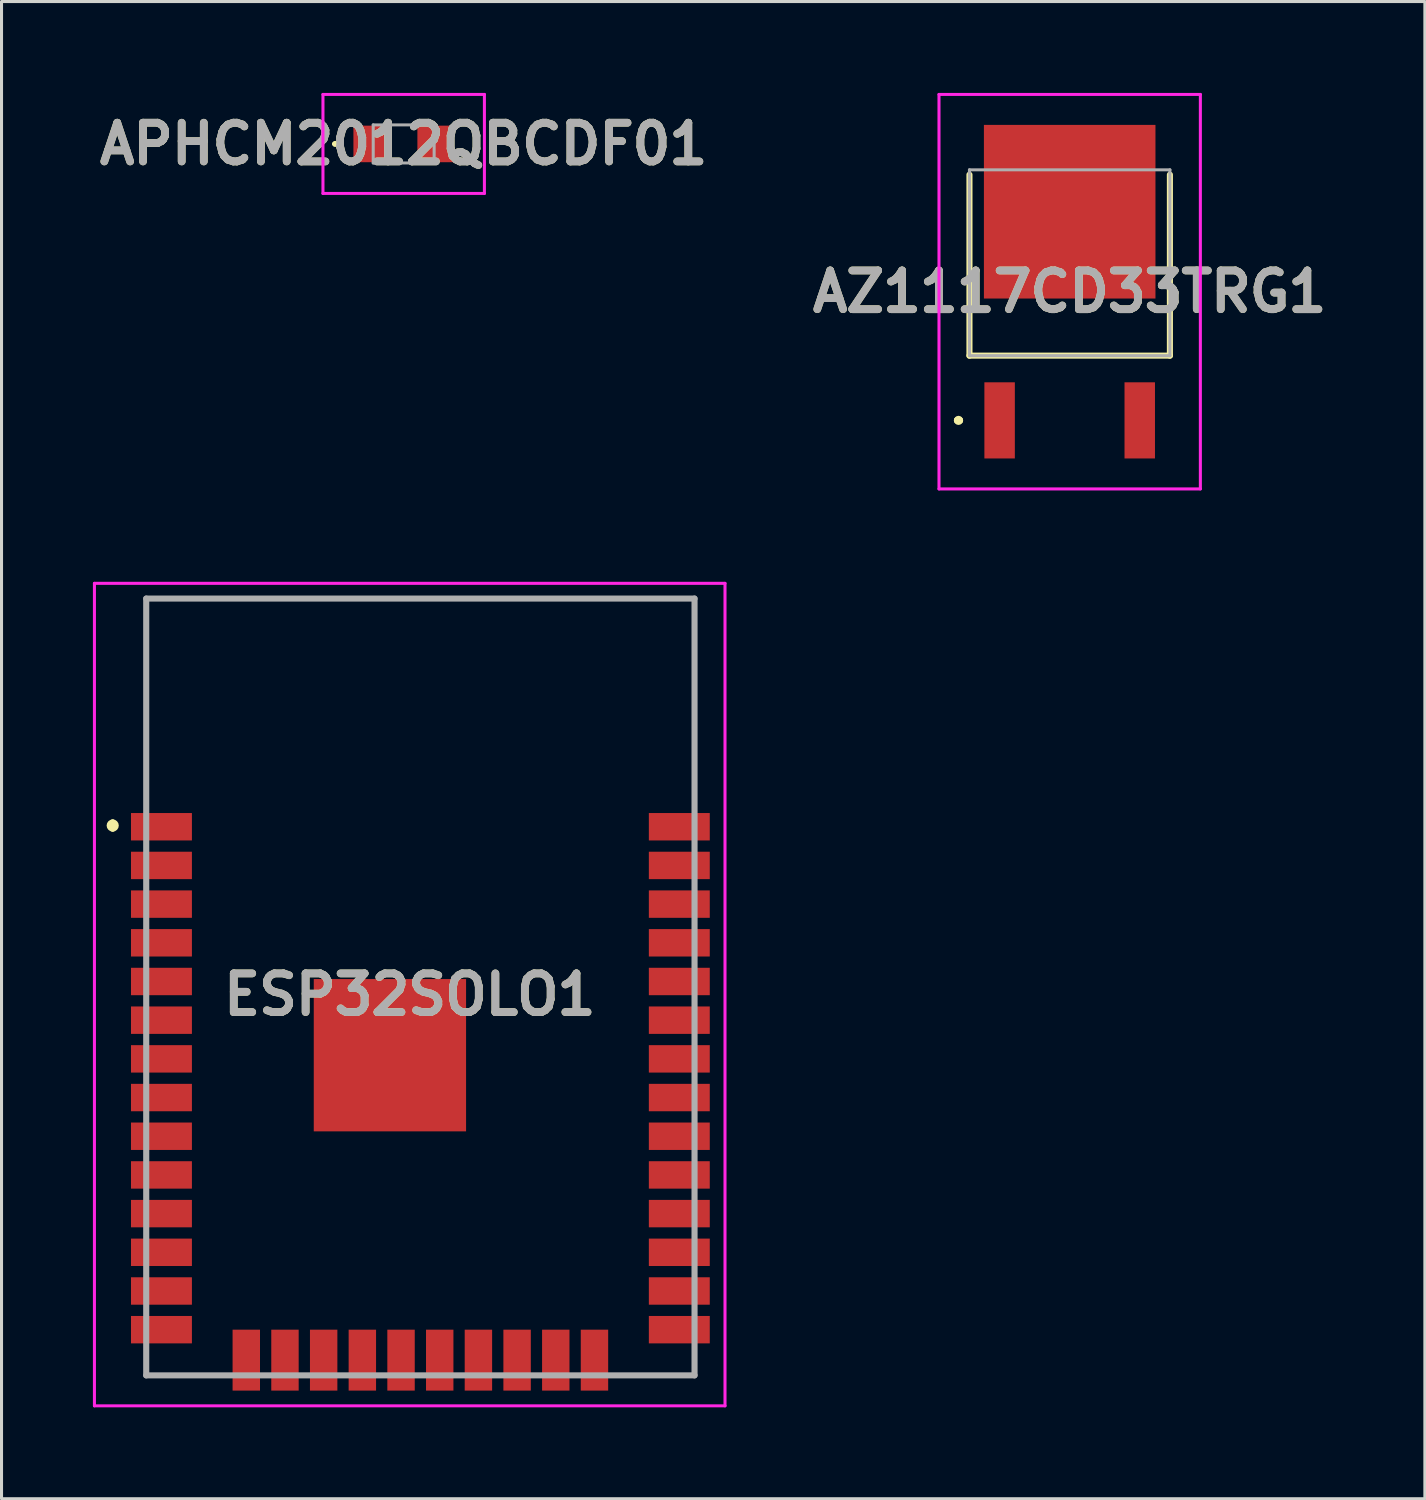
<source format=kicad_pcb>
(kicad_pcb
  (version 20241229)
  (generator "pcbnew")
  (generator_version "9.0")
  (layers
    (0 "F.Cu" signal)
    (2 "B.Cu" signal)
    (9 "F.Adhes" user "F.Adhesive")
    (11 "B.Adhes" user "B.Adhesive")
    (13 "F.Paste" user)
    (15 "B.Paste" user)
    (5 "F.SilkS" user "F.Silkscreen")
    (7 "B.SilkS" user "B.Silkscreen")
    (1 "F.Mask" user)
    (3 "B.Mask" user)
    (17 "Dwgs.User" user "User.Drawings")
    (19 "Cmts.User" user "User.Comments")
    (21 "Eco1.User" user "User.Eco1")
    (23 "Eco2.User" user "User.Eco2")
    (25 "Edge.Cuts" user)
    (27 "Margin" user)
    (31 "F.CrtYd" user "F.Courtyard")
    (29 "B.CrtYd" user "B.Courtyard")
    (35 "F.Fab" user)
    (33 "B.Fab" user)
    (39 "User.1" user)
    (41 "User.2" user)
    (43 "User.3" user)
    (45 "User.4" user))
  (footprint "AZ1117CD33TRG1"
    (layer "F.Cu")
    (at 32.065 5.575)
    (property "Reference" "AZ1117CD33TRG1" (at 0 0.95 0) (layer "F.SilkS") (effects (font (size 1.27 1.27) (thickness 0.254))))
    (attr smd)
    (fp_line (start -3.7 5.175) (end -3.7 5.175) (stroke (width 0.2) (type solid)) (layer "F.SilkS"))
    (fp_line (start -3.7 5.175) (end -3.6 5.175) (stroke (width 0.2) (type solid)) (layer "F.SilkS"))
    (fp_line (start -3.6 5.175) (end -3.6 5.175) (stroke (width 0.2) (type solid)) (layer "F.SilkS"))
    (fp_line (start -3.29 -2.89) (end -3.29 3.05) (stroke (width 0.2) (type solid)) (layer "F.SilkS"))
    (fp_line (start -3.29 3.05) (end 3.29 3.05) (stroke (width 0.2) (type solid)) (layer "F.SilkS"))
    (fp_line (start 3.29 3.05) (end 3.29 -2.89) (stroke (width 0.2) (type solid)) (layer "F.SilkS"))
    (fp_arc (start -3.7 5.175) (mid -3.65 5.125) (end -3.6 5.175) (stroke (width 0.2) (type solid)) (layer "F.SilkS"))
    (fp_arc (start -3.6 5.175) (mid -3.65 5.225) (end -3.7 5.175) (stroke (width 0.2) (type solid)) (layer "F.SilkS"))
    (fp_line (start -4.29 -5.525) (end 4.29 -5.525) (stroke (width 0.1) (type solid)) (layer "F.CrtYd"))
    (fp_line (start -4.29 7.425) (end -4.29 -5.525) (stroke (width 0.1) (type solid)) (layer "F.CrtYd"))
    (fp_line (start 4.29 -5.525) (end 4.29 7.425) (stroke (width 0.1) (type solid)) (layer "F.CrtYd"))
    (fp_line (start 4.29 7.425) (end -4.29 7.425) (stroke (width 0.1) (type solid)) (layer "F.CrtYd"))
    (fp_line (start -3.29 -3.05) (end 3.29 -3.05) (stroke (width 0.1) (type solid)) (layer "F.Fab"))
    (fp_line (start -3.29 3.05) (end -3.29 -3.05) (stroke (width 0.1) (type solid)) (layer "F.Fab"))
    (fp_line (start 3.29 -3.05) (end 3.29 3.05) (stroke (width 0.1) (type solid)) (layer "F.Fab"))
    (fp_line (start 3.29 3.05) (end -3.29 3.05) (stroke (width 0.1) (type solid)) (layer "F.Fab"))
    (fp_text user "${REFERENCE}" (at 0 0.95 0) (layer "F.Fab") (effects (font (size 1.27 1.27) (thickness 0.254))))
    (pad "1" smd rect (at -2.3 5.175) (size 1 2.5) (layers "F.Cu" "F.Mask" "F.Paste"))
    (pad "2" smd rect (at 0 -1.675) (size 5.632 5.7) (layers "F.Cu" "F.Mask" "F.Paste"))
    (pad "3" smd rect (at 2.3 5.175) (size 1 2.5) (layers "F.Cu" "F.Mask" "F.Paste")))
  (footprint "ESP32SOLO1"
    (layer "F.Cu")
    (at 10.75 29.6)
    (property "Reference" "ESP32SOLO1" (at -0.35 0 0) (layer "F.SilkS") (effects (font (size 1.27 1.27) (thickness 0.254))))
    (attr smd)
    (fp_line (start -10.1 -5.65) (end -10.1 -5.65) (stroke (width 0.2) (type solid)) (layer "F.SilkS"))
    (fp_line (start -10.1 -5.45) (end -10.1 -5.45) (stroke (width 0.2) (type solid)) (layer "F.SilkS"))
    (fp_line (start -9 -13) (end 9 -13) (stroke (width 0.1) (type solid)) (layer "F.SilkS"))
    (fp_line (start -9 -6.75) (end -9 -13) (stroke (width 0.1) (type solid)) (layer "F.SilkS"))
    (fp_line (start -9 12) (end -9 12.5) (stroke (width 0.1) (type solid)) (layer "F.SilkS"))
    (fp_line (start -9 12.5) (end -7 12.5) (stroke (width 0.1) (type solid)) (layer "F.SilkS"))
    (fp_line (start 7 12.5) (end 9 12.5) (stroke (width 0.1) (type solid)) (layer "F.SilkS"))
    (fp_line (start 9 -13) (end 9 -6.75) (stroke (width 0.1) (type solid)) (layer "F.SilkS"))
    (fp_line (start 9 12.5) (end 9 12) (stroke (width 0.1) (type solid)) (layer "F.SilkS"))
    (fp_arc (start -10.1 -5.65) (mid -10 -5.55) (end -10.1 -5.45) (stroke (width 0.2) (type solid)) (layer "F.SilkS"))
    (fp_arc (start -10.1 -5.45) (mid -10.2 -5.55) (end -10.1 -5.65) (stroke (width 0.2) (type solid)) (layer "F.SilkS"))
    (fp_line (start -10.7 -13.5) (end 10 -13.5) (stroke (width 0.1) (type solid)) (layer "F.CrtYd"))
    (fp_line (start -10.7 13.5) (end -10.7 -13.5) (stroke (width 0.1) (type solid)) (layer "F.CrtYd"))
    (fp_line (start 10 -13.5) (end 10 13.5) (stroke (width 0.1) (type solid)) (layer "F.CrtYd"))
    (fp_line (start 10 13.5) (end -10.7 13.5) (stroke (width 0.1) (type solid)) (layer "F.CrtYd"))
    (fp_line (start -9 -13) (end 9 -13) (stroke (width 0.2) (type solid)) (layer "F.Fab"))
    (fp_line (start -9 12.5) (end -9 -13) (stroke (width 0.2) (type solid)) (layer "F.Fab"))
    (fp_line (start 9 -13) (end 9 12.5) (stroke (width 0.2) (type solid)) (layer "F.Fab"))
    (fp_line (start 9 12.5) (end -9 12.5) (stroke (width 0.2) (type solid)) (layer "F.Fab"))
    (fp_text user "${REFERENCE}" (at -0.35 0 0) (layer "F.Fab") (effects (font (size 1.27 1.27) (thickness 0.254))))
    (pad "1" smd rect (at -8.5 -5.51 90) (size 0.9 2) (layers "F.Cu" "F.Mask" "F.Paste"))
    (pad "2" smd rect (at -8.5 -4.24 90) (size 0.9 2) (layers "F.Cu" "F.Mask" "F.Paste"))
    (pad "3" smd rect (at -8.5 -2.97 90) (size 0.9 2) (layers "F.Cu" "F.Mask" "F.Paste"))
    (pad "4" smd rect (at -8.5 -1.7 90) (size 0.9 2) (layers "F.Cu" "F.Mask" "F.Paste"))
    (pad "5" smd rect (at -8.5 -0.43 90) (size 0.9 2) (layers "F.Cu" "F.Mask" "F.Paste"))
    (pad "6" smd rect (at -8.5 0.84 90) (size 0.9 2) (layers "F.Cu" "F.Mask" "F.Paste"))
    (pad "7" smd rect (at -8.5 2.11 90) (size 0.9 2) (layers "F.Cu" "F.Mask" "F.Paste"))
    (pad "8" smd rect (at -8.5 3.38 90) (size 0.9 2) (layers "F.Cu" "F.Mask" "F.Paste"))
    (pad "9" smd rect (at -8.5 4.65 90) (size 0.9 2) (layers "F.Cu" "F.Mask" "F.Paste"))
    (pad "10" smd rect (at -8.5 5.92 90) (size 0.9 2) (layers "F.Cu" "F.Mask" "F.Paste"))
    (pad "11" smd rect (at -8.5 7.19 90) (size 0.9 2) (layers "F.Cu" "F.Mask" "F.Paste"))
    (pad "12" smd rect (at -8.5 8.46 90) (size 0.9 2) (layers "F.Cu" "F.Mask" "F.Paste"))
    (pad "13" smd rect (at -8.5 9.73 90) (size 0.9 2) (layers "F.Cu" "F.Mask" "F.Paste"))
    (pad "14" smd rect (at -8.5 11 90) (size 0.9 2) (layers "F.Cu" "F.Mask" "F.Paste"))
    (pad "15" smd rect (at -5.715 12) (size 0.9 2) (layers "F.Cu" "F.Mask" "F.Paste"))
    (pad "16" smd rect (at -4.445 12) (size 0.9 2) (layers "F.Cu" "F.Mask" "F.Paste"))
    (pad "17" smd rect (at -3.175 12) (size 0.9 2) (layers "F.Cu" "F.Mask" "F.Paste"))
    (pad "18" smd rect (at -1.905 12) (size 0.9 2) (layers "F.Cu" "F.Mask" "F.Paste"))
    (pad "19" smd rect (at -0.635 12) (size 0.9 2) (layers "F.Cu" "F.Mask" "F.Paste"))
    (pad "20" smd rect (at 0.635 12) (size 0.9 2) (layers "F.Cu" "F.Mask" "F.Paste"))
    (pad "21" smd rect (at 1.905 12) (size 0.9 2) (layers "F.Cu" "F.Mask" "F.Paste"))
    (pad "22" smd rect (at 3.175 12) (size 0.9 2) (layers "F.Cu" "F.Mask" "F.Paste"))
    (pad "23" smd rect (at 4.445 12) (size 0.9 2) (layers "F.Cu" "F.Mask" "F.Paste"))
    (pad "24" smd rect (at 5.715 12) (size 0.9 2) (layers "F.Cu" "F.Mask" "F.Paste"))
    (pad "25" smd rect (at 8.5 11 90) (size 0.9 2) (layers "F.Cu" "F.Mask" "F.Paste"))
    (pad "26" smd rect (at 8.5 9.73 90) (size 0.9 2) (layers "F.Cu" "F.Mask" "F.Paste"))
    (pad "27" smd rect (at 8.5 8.46 90) (size 0.9 2) (layers "F.Cu" "F.Mask" "F.Paste"))
    (pad "28" smd rect (at 8.5 7.19 90) (size 0.9 2) (layers "F.Cu" "F.Mask" "F.Paste"))
    (pad "29" smd rect (at 8.5 5.92 90) (size 0.9 2) (layers "F.Cu" "F.Mask" "F.Paste"))
    (pad "30" smd rect (at 8.5 4.65 90) (size 0.9 2) (layers "F.Cu" "F.Mask" "F.Paste"))
    (pad "31" smd rect (at 8.5 3.38 90) (size 0.9 2) (layers "F.Cu" "F.Mask" "F.Paste"))
    (pad "32" smd rect (at 8.5 2.11 90) (size 0.9 2) (layers "F.Cu" "F.Mask" "F.Paste"))
    (pad "33" smd rect (at 8.5 0.84 90) (size 0.9 2) (layers "F.Cu" "F.Mask" "F.Paste"))
    (pad "34" smd rect (at 8.5 -0.43 90) (size 0.9 2) (layers "F.Cu" "F.Mask" "F.Paste"))
    (pad "35" smd rect (at 8.5 -1.7 90) (size 0.9 2) (layers "F.Cu" "F.Mask" "F.Paste"))
    (pad "36" smd rect (at 8.5 -2.97 90) (size 0.9 2) (layers "F.Cu" "F.Mask" "F.Paste"))
    (pad "37" smd rect (at 8.5 -4.24 90) (size 0.9 2) (layers "F.Cu" "F.Mask" "F.Paste"))
    (pad "38" smd rect (at 8.5 -5.51 90) (size 0.9 2) (layers "F.Cu" "F.Mask" "F.Paste"))
    (pad "39" smd rect (at -1 1.99 90) (size 5 5) (layers "F.Cu" "F.Mask" "F.Paste")))
  (footprint "APHCM2012QBCDF01"
    (layer "F.Cu")
    (at 10.202 1.675)
    (property "Reference" "APHCM2012QBCDF01" (at 0 0 0) (layer "F.SilkS") (effects (font (size 1.27 1.27) (thickness 0.254))))
    (attr smd)
    (fp_line (start -2.3 0) (end -2.3 0) (stroke (width 0.1) (type solid)) (layer "F.SilkS"))
    (fp_line (start -2.2 0) (end -2.2 0) (stroke (width 0.1) (type solid)) (layer "F.SilkS"))
    (fp_arc (start -2.3 0) (mid -2.25 -0.05) (end -2.2 0) (stroke (width 0.1) (type solid)) (layer "F.SilkS"))
    (fp_arc (start -2.2 0) (mid -2.25 0.05) (end -2.3 0) (stroke (width 0.1) (type solid)) (layer "F.SilkS"))
    (fp_line (start -2.65 -1.625) (end 2.65 -1.625) (stroke (width 0.1) (type solid)) (layer "F.CrtYd"))
    (fp_line (start -2.65 1.625) (end -2.65 -1.625) (stroke (width 0.1) (type solid)) (layer "F.CrtYd"))
    (fp_line (start 2.65 -1.625) (end 2.65 1.625) (stroke (width 0.1) (type solid)) (layer "F.CrtYd"))
    (fp_line (start 2.65 1.625) (end -2.65 1.625) (stroke (width 0.1) (type solid)) (layer "F.CrtYd"))
    (fp_line (start -1 -0.625) (end 1 -0.625) (stroke (width 0.1) (type solid)) (layer "F.Fab"))
    (fp_line (start -1 0.625) (end -1 -0.625) (stroke (width 0.1) (type solid)) (layer "F.Fab"))
    (fp_line (start 1 -0.625) (end 1 0.625) (stroke (width 0.1) (type solid)) (layer "F.Fab"))
    (fp_line (start 1 0.625) (end -1 0.625) (stroke (width 0.1) (type solid)) (layer "F.Fab"))
    (fp_text user "${REFERENCE}" (at 0 0 0) (layer "F.Fab") (effects (font (size 1.27 1.27) (thickness 0.254))))
    (pad "1" smd rect (at -1.05 0) (size 1.2 1.2) (layers "F.Cu" "F.Mask" "F.Paste"))
    (pad "2" smd rect (at 1.05 0) (size 1.2 1.2) (layers "F.Cu" "F.Mask" "F.Paste")))
  (gr_rect
    (start -3 -3)
    (end 43.725 46.15)
    (stroke (width 0.1) (type default))
    (fill no)
    (layer "Edge.Cuts")))
</source>
